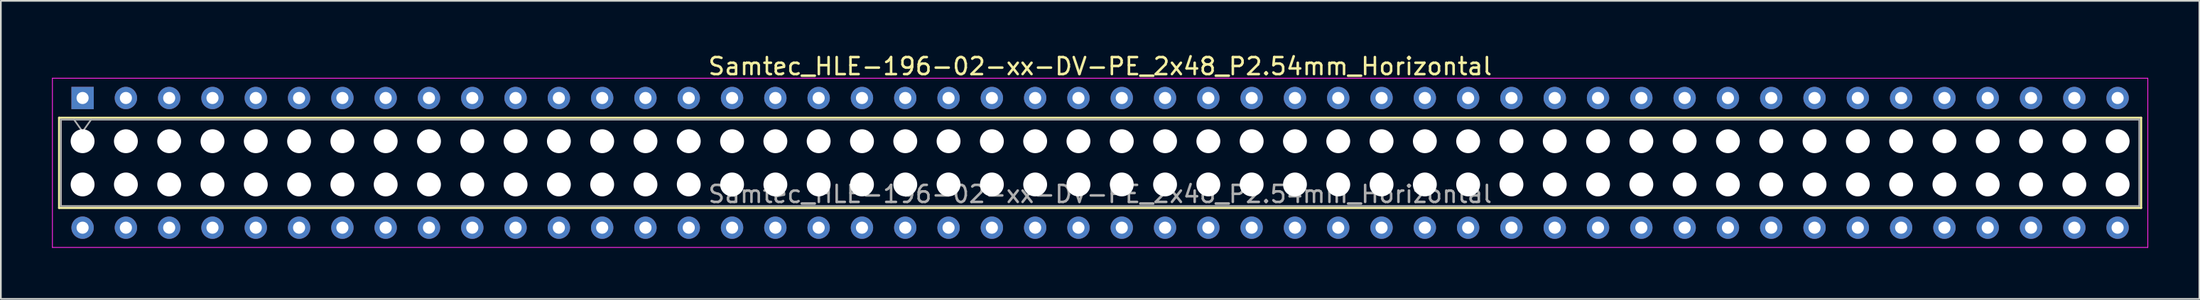
<source format=kicad_pcb>
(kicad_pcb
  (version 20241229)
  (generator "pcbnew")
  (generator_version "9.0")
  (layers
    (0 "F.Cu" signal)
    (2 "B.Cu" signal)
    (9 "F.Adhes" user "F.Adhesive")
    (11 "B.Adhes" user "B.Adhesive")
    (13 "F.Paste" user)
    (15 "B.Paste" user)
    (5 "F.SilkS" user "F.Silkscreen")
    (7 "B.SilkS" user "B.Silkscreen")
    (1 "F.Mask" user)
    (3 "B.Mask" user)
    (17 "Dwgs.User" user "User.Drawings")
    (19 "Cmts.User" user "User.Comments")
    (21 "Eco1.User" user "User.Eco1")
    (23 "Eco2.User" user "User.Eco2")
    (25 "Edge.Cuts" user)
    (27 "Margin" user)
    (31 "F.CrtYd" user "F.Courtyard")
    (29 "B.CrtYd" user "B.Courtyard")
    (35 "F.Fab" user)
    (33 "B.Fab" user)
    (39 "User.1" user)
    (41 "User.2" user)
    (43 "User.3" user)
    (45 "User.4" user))
  (footprint "Samtec_HLE-196-02-xx-DV-PE_2x48_P2.54mm_Horizontal"
    (layer "F.Cu")
    (at 1.795 2.708)
    (property "Reference" "Samtec_HLE-196-02-xx-DV-PE_2x48_P2.54mm_Horizontal" (at 59.69 -1.86 0) (layer "F.SilkS") (effects (font (size 1 1) (thickness 0.15))))
    (attr through_hole)
    (fp_line (start -1.38 1.16) (end 120.76 1.16) (stroke (width 0.12) (type solid)) (layer "F.SilkS"))
    (fp_line (start -1.38 6.46) (end -1.38 1.16) (stroke (width 0.12) (type solid)) (layer "F.SilkS"))
    (fp_line (start 120.76 1.16) (end 120.76 6.46) (stroke (width 0.12) (type solid)) (layer "F.SilkS"))
    (fp_line (start 120.76 6.46) (end -1.38 6.46) (stroke (width 0.12) (type solid)) (layer "F.SilkS"))
    (fp_line (start -1.77 -1.16) (end 121.15 -1.16) (stroke (width 0.05) (type solid)) (layer "F.CrtYd"))
    (fp_line (start -1.77 8.78) (end -1.77 -1.16) (stroke (width 0.05) (type solid)) (layer "F.CrtYd"))
    (fp_line (start 121.15 -1.16) (end 121.15 8.78) (stroke (width 0.05) (type solid)) (layer "F.CrtYd"))
    (fp_line (start 121.15 8.78) (end -1.77 8.78) (stroke (width 0.05) (type solid)) (layer "F.CrtYd"))
    (fp_line (start -1.27 1.27) (end 120.65 1.27) (stroke (width 0.1) (type solid)) (layer "F.Fab"))
    (fp_line (start -1.27 6.35) (end -1.27 1.27) (stroke (width 0.1) (type solid)) (layer "F.Fab"))
    (fp_line (start -0.5 1.27) (end 0 1.977) (stroke (width 0.1) (type solid)) (layer "F.Fab"))
    (fp_line (start 0 1.977) (end 0.5 1.27) (stroke (width 0.1) (type solid)) (layer "F.Fab"))
    (fp_line (start 120.65 1.27) (end 120.65 6.35) (stroke (width 0.1) (type solid)) (layer "F.Fab"))
    (fp_line (start 120.65 6.35) (end -1.27 6.35) (stroke (width 0.1) (type solid)) (layer "F.Fab"))
    (fp_text user "${REFERENCE}" (at 59.69 5.65 0) (layer "F.Fab") (effects (font (size 1 1) (thickness 0.15))))
    (pad "" np_thru_hole circle (at 0 2.54) (size 1.4 1.4) (drill 1.4) (layers "*.Cu" "*.Mask"))
    (pad "" np_thru_hole circle (at 0 5.08) (size 1.4 1.4) (drill 1.4) (layers "*.Cu" "*.Mask"))
    (pad "" np_thru_hole circle (at 2.54 2.54) (size 1.4 1.4) (drill 1.4) (layers "*.Cu" "*.Mask"))
    (pad "" np_thru_hole circle (at 2.54 5.08) (size 1.4 1.4) (drill 1.4) (layers "*.Cu" "*.Mask"))
    (pad "" np_thru_hole circle (at 5.08 2.54) (size 1.4 1.4) (drill 1.4) (layers "*.Cu" "*.Mask"))
    (pad "" np_thru_hole circle (at 5.08 5.08) (size 1.4 1.4) (drill 1.4) (layers "*.Cu" "*.Mask"))
    (pad "" np_thru_hole circle (at 7.62 2.54) (size 1.4 1.4) (drill 1.4) (layers "*.Cu" "*.Mask"))
    (pad "" np_thru_hole circle (at 7.62 5.08) (size 1.4 1.4) (drill 1.4) (layers "*.Cu" "*.Mask"))
    (pad "" np_thru_hole circle (at 10.16 2.54) (size 1.4 1.4) (drill 1.4) (layers "*.Cu" "*.Mask"))
    (pad "" np_thru_hole circle (at 10.16 5.08) (size 1.4 1.4) (drill 1.4) (layers "*.Cu" "*.Mask"))
    (pad "" np_thru_hole circle (at 12.7 2.54) (size 1.4 1.4) (drill 1.4) (layers "*.Cu" "*.Mask"))
    (pad "" np_thru_hole circle (at 12.7 5.08) (size 1.4 1.4) (drill 1.4) (layers "*.Cu" "*.Mask"))
    (pad "" np_thru_hole circle (at 15.24 2.54) (size 1.4 1.4) (drill 1.4) (layers "*.Cu" "*.Mask"))
    (pad "" np_thru_hole circle (at 15.24 5.08) (size 1.4 1.4) (drill 1.4) (layers "*.Cu" "*.Mask"))
    (pad "" np_thru_hole circle (at 17.78 2.54) (size 1.4 1.4) (drill 1.4) (layers "*.Cu" "*.Mask"))
    (pad "" np_thru_hole circle (at 17.78 5.08) (size 1.4 1.4) (drill 1.4) (layers "*.Cu" "*.Mask"))
    (pad "" np_thru_hole circle (at 20.32 2.54) (size 1.4 1.4) (drill 1.4) (layers "*.Cu" "*.Mask"))
    (pad "" np_thru_hole circle (at 20.32 5.08) (size 1.4 1.4) (drill 1.4) (layers "*.Cu" "*.Mask"))
    (pad "" np_thru_hole circle (at 22.86 2.54) (size 1.4 1.4) (drill 1.4) (layers "*.Cu" "*.Mask"))
    (pad "" np_thru_hole circle (at 22.86 5.08) (size 1.4 1.4) (drill 1.4) (layers "*.Cu" "*.Mask"))
    (pad "" np_thru_hole circle (at 25.4 2.54) (size 1.4 1.4) (drill 1.4) (layers "*.Cu" "*.Mask"))
    (pad "" np_thru_hole circle (at 25.4 5.08) (size 1.4 1.4) (drill 1.4) (layers "*.Cu" "*.Mask"))
    (pad "" np_thru_hole circle (at 27.94 2.54) (size 1.4 1.4) (drill 1.4) (layers "*.Cu" "*.Mask"))
    (pad "" np_thru_hole circle (at 27.94 5.08) (size 1.4 1.4) (drill 1.4) (layers "*.Cu" "*.Mask"))
    (pad "" np_thru_hole circle (at 30.48 2.54) (size 1.4 1.4) (drill 1.4) (layers "*.Cu" "*.Mask"))
    (pad "" np_thru_hole circle (at 30.48 5.08) (size 1.4 1.4) (drill 1.4) (layers "*.Cu" "*.Mask"))
    (pad "" np_thru_hole circle (at 33.02 2.54) (size 1.4 1.4) (drill 1.4) (layers "*.Cu" "*.Mask"))
    (pad "" np_thru_hole circle (at 33.02 5.08) (size 1.4 1.4) (drill 1.4) (layers "*.Cu" "*.Mask"))
    (pad "" np_thru_hole circle (at 35.56 2.54) (size 1.4 1.4) (drill 1.4) (layers "*.Cu" "*.Mask"))
    (pad "" np_thru_hole circle (at 35.56 5.08) (size 1.4 1.4) (drill 1.4) (layers "*.Cu" "*.Mask"))
    (pad "" np_thru_hole circle (at 38.1 2.54) (size 1.4 1.4) (drill 1.4) (layers "*.Cu" "*.Mask"))
    (pad "" np_thru_hole circle (at 38.1 5.08) (size 1.4 1.4) (drill 1.4) (layers "*.Cu" "*.Mask"))
    (pad "" np_thru_hole circle (at 40.64 2.54) (size 1.4 1.4) (drill 1.4) (layers "*.Cu" "*.Mask"))
    (pad "" np_thru_hole circle (at 40.64 5.08) (size 1.4 1.4) (drill 1.4) (layers "*.Cu" "*.Mask"))
    (pad "" np_thru_hole circle (at 43.18 2.54) (size 1.4 1.4) (drill 1.4) (layers "*.Cu" "*.Mask"))
    (pad "" np_thru_hole circle (at 43.18 5.08) (size 1.4 1.4) (drill 1.4) (layers "*.Cu" "*.Mask"))
    (pad "" np_thru_hole circle (at 45.72 2.54) (size 1.4 1.4) (drill 1.4) (layers "*.Cu" "*.Mask"))
    (pad "" np_thru_hole circle (at 45.72 5.08) (size 1.4 1.4) (drill 1.4) (layers "*.Cu" "*.Mask"))
    (pad "" np_thru_hole circle (at 48.26 2.54) (size 1.4 1.4) (drill 1.4) (layers "*.Cu" "*.Mask"))
    (pad "" np_thru_hole circle (at 48.26 5.08) (size 1.4 1.4) (drill 1.4) (layers "*.Cu" "*.Mask"))
    (pad "" np_thru_hole circle (at 50.8 2.54) (size 1.4 1.4) (drill 1.4) (layers "*.Cu" "*.Mask"))
    (pad "" np_thru_hole circle (at 50.8 5.08) (size 1.4 1.4) (drill 1.4) (layers "*.Cu" "*.Mask"))
    (pad "" np_thru_hole circle (at 53.34 2.54) (size 1.4 1.4) (drill 1.4) (layers "*.Cu" "*.Mask"))
    (pad "" np_thru_hole circle (at 53.34 5.08) (size 1.4 1.4) (drill 1.4) (layers "*.Cu" "*.Mask"))
    (pad "" np_thru_hole circle (at 55.88 2.54) (size 1.4 1.4) (drill 1.4) (layers "*.Cu" "*.Mask"))
    (pad "" np_thru_hole circle (at 55.88 5.08) (size 1.4 1.4) (drill 1.4) (layers "*.Cu" "*.Mask"))
    (pad "" np_thru_hole circle (at 58.42 2.54) (size 1.4 1.4) (drill 1.4) (layers "*.Cu" "*.Mask"))
    (pad "" np_thru_hole circle (at 58.42 5.08) (size 1.4 1.4) (drill 1.4) (layers "*.Cu" "*.Mask"))
    (pad "" np_thru_hole circle (at 60.96 2.54) (size 1.4 1.4) (drill 1.4) (layers "*.Cu" "*.Mask"))
    (pad "" np_thru_hole circle (at 60.96 5.08) (size 1.4 1.4) (drill 1.4) (layers "*.Cu" "*.Mask"))
    (pad "" np_thru_hole circle (at 63.5 2.54) (size 1.4 1.4) (drill 1.4) (layers "*.Cu" "*.Mask"))
    (pad "" np_thru_hole circle (at 63.5 5.08) (size 1.4 1.4) (drill 1.4) (layers "*.Cu" "*.Mask"))
    (pad "" np_thru_hole circle (at 66.04 2.54) (size 1.4 1.4) (drill 1.4) (layers "*.Cu" "*.Mask"))
    (pad "" np_thru_hole circle (at 66.04 5.08) (size 1.4 1.4) (drill 1.4) (layers "*.Cu" "*.Mask"))
    (pad "" np_thru_hole circle (at 68.58 2.54) (size 1.4 1.4) (drill 1.4) (layers "*.Cu" "*.Mask"))
    (pad "" np_thru_hole circle (at 68.58 5.08) (size 1.4 1.4) (drill 1.4) (layers "*.Cu" "*.Mask"))
    (pad "" np_thru_hole circle (at 71.12 2.54) (size 1.4 1.4) (drill 1.4) (layers "*.Cu" "*.Mask"))
    (pad "" np_thru_hole circle (at 71.12 5.08) (size 1.4 1.4) (drill 1.4) (layers "*.Cu" "*.Mask"))
    (pad "" np_thru_hole circle (at 73.66 2.54) (size 1.4 1.4) (drill 1.4) (layers "*.Cu" "*.Mask"))
    (pad "" np_thru_hole circle (at 73.66 5.08) (size 1.4 1.4) (drill 1.4) (layers "*.Cu" "*.Mask"))
    (pad "" np_thru_hole circle (at 76.2 2.54) (size 1.4 1.4) (drill 1.4) (layers "*.Cu" "*.Mask"))
    (pad "" np_thru_hole circle (at 76.2 5.08) (size 1.4 1.4) (drill 1.4) (layers "*.Cu" "*.Mask"))
    (pad "" np_thru_hole circle (at 78.74 2.54) (size 1.4 1.4) (drill 1.4) (layers "*.Cu" "*.Mask"))
    (pad "" np_thru_hole circle (at 78.74 5.08) (size 1.4 1.4) (drill 1.4) (layers "*.Cu" "*.Mask"))
    (pad "" np_thru_hole circle (at 81.28 2.54) (size 1.4 1.4) (drill 1.4) (layers "*.Cu" "*.Mask"))
    (pad "" np_thru_hole circle (at 81.28 5.08) (size 1.4 1.4) (drill 1.4) (layers "*.Cu" "*.Mask"))
    (pad "" np_thru_hole circle (at 83.82 2.54) (size 1.4 1.4) (drill 1.4) (layers "*.Cu" "*.Mask"))
    (pad "" np_thru_hole circle (at 83.82 5.08) (size 1.4 1.4) (drill 1.4) (layers "*.Cu" "*.Mask"))
    (pad "" np_thru_hole circle (at 86.36 2.54) (size 1.4 1.4) (drill 1.4) (layers "*.Cu" "*.Mask"))
    (pad "" np_thru_hole circle (at 86.36 5.08) (size 1.4 1.4) (drill 1.4) (layers "*.Cu" "*.Mask"))
    (pad "" np_thru_hole circle (at 88.9 2.54) (size 1.4 1.4) (drill 1.4) (layers "*.Cu" "*.Mask"))
    (pad "" np_thru_hole circle (at 88.9 5.08) (size 1.4 1.4) (drill 1.4) (layers "*.Cu" "*.Mask"))
    (pad "" np_thru_hole circle (at 91.44 2.54) (size 1.4 1.4) (drill 1.4) (layers "*.Cu" "*.Mask"))
    (pad "" np_thru_hole circle (at 91.44 5.08) (size 1.4 1.4) (drill 1.4) (layers "*.Cu" "*.Mask"))
    (pad "" np_thru_hole circle (at 93.98 2.54) (size 1.4 1.4) (drill 1.4) (layers "*.Cu" "*.Mask"))
    (pad "" np_thru_hole circle (at 93.98 5.08) (size 1.4 1.4) (drill 1.4) (layers "*.Cu" "*.Mask"))
    (pad "" np_thru_hole circle (at 96.52 2.54) (size 1.4 1.4) (drill 1.4) (layers "*.Cu" "*.Mask"))
    (pad "" np_thru_hole circle (at 96.52 5.08) (size 1.4 1.4) (drill 1.4) (layers "*.Cu" "*.Mask"))
    (pad "" np_thru_hole circle (at 99.06 2.54) (size 1.4 1.4) (drill 1.4) (layers "*.Cu" "*.Mask"))
    (pad "" np_thru_hole circle (at 99.06 5.08) (size 1.4 1.4) (drill 1.4) (layers "*.Cu" "*.Mask"))
    (pad "" np_thru_hole circle (at 101.6 2.54) (size 1.4 1.4) (drill 1.4) (layers "*.Cu" "*.Mask"))
    (pad "" np_thru_hole circle (at 101.6 5.08) (size 1.4 1.4) (drill 1.4) (layers "*.Cu" "*.Mask"))
    (pad "" np_thru_hole circle (at 104.14 2.54) (size 1.4 1.4) (drill 1.4) (layers "*.Cu" "*.Mask"))
    (pad "" np_thru_hole circle (at 104.14 5.08) (size 1.4 1.4) (drill 1.4) (layers "*.Cu" "*.Mask"))
    (pad "" np_thru_hole circle (at 106.68 2.54) (size 1.4 1.4) (drill 1.4) (layers "*.Cu" "*.Mask"))
    (pad "" np_thru_hole circle (at 106.68 5.08) (size 1.4 1.4) (drill 1.4) (layers "*.Cu" "*.Mask"))
    (pad "" np_thru_hole circle (at 109.22 2.54) (size 1.4 1.4) (drill 1.4) (layers "*.Cu" "*.Mask"))
    (pad "" np_thru_hole circle (at 109.22 5.08) (size 1.4 1.4) (drill 1.4) (layers "*.Cu" "*.Mask"))
    (pad "" np_thru_hole circle (at 111.76 2.54) (size 1.4 1.4) (drill 1.4) (layers "*.Cu" "*.Mask"))
    (pad "" np_thru_hole circle (at 111.76 5.08) (size 1.4 1.4) (drill 1.4) (layers "*.Cu" "*.Mask"))
    (pad "" np_thru_hole circle (at 114.3 2.54) (size 1.4 1.4) (drill 1.4) (layers "*.Cu" "*.Mask"))
    (pad "" np_thru_hole circle (at 114.3 5.08) (size 1.4 1.4) (drill 1.4) (layers "*.Cu" "*.Mask"))
    (pad "" np_thru_hole circle (at 116.84 2.54) (size 1.4 1.4) (drill 1.4) (layers "*.Cu" "*.Mask"))
    (pad "" np_thru_hole circle (at 116.84 5.08) (size 1.4 1.4) (drill 1.4) (layers "*.Cu" "*.Mask"))
    (pad "" np_thru_hole circle (at 119.38 2.54) (size 1.4 1.4) (drill 1.4) (layers "*.Cu" "*.Mask"))
    (pad "" np_thru_hole circle (at 119.38 5.08) (size 1.4 1.4) (drill 1.4) (layers "*.Cu" "*.Mask"))
    (pad "1" thru_hole rect (at 0 0) (size 1.31 1.31) (drill 0.71) (layers "*.Cu" "*.Mask"))
    (pad "2" thru_hole circle (at 0 7.62) (size 1.31 1.31) (drill 0.71) (layers "*.Cu" "*.Mask"))
    (pad "3" thru_hole circle (at 2.54 0) (size 1.31 1.31) (drill 0.71) (layers "*.Cu" "*.Mask"))
    (pad "4" thru_hole circle (at 2.54 7.62) (size 1.31 1.31) (drill 0.71) (layers "*.Cu" "*.Mask"))
    (pad "5" thru_hole circle (at 5.08 0) (size 1.31 1.31) (drill 0.71) (layers "*.Cu" "*.Mask"))
    (pad "6" thru_hole circle (at 5.08 7.62) (size 1.31 1.31) (drill 0.71) (layers "*.Cu" "*.Mask"))
    (pad "7" thru_hole circle (at 7.62 0) (size 1.31 1.31) (drill 0.71) (layers "*.Cu" "*.Mask"))
    (pad "8" thru_hole circle (at 7.62 7.62) (size 1.31 1.31) (drill 0.71) (layers "*.Cu" "*.Mask"))
    (pad "9" thru_hole circle (at 10.16 0) (size 1.31 1.31) (drill 0.71) (layers "*.Cu" "*.Mask"))
    (pad "10" thru_hole circle (at 10.16 7.62) (size 1.31 1.31) (drill 0.71) (layers "*.Cu" "*.Mask"))
    (pad "11" thru_hole circle (at 12.7 0) (size 1.31 1.31) (drill 0.71) (layers "*.Cu" "*.Mask"))
    (pad "12" thru_hole circle (at 12.7 7.62) (size 1.31 1.31) (drill 0.71) (layers "*.Cu" "*.Mask"))
    (pad "13" thru_hole circle (at 15.24 0) (size 1.31 1.31) (drill 0.71) (layers "*.Cu" "*.Mask"))
    (pad "14" thru_hole circle (at 15.24 7.62) (size 1.31 1.31) (drill 0.71) (layers "*.Cu" "*.Mask"))
    (pad "15" thru_hole circle (at 17.78 0) (size 1.31 1.31) (drill 0.71) (layers "*.Cu" "*.Mask"))
    (pad "16" thru_hole circle (at 17.78 7.62) (size 1.31 1.31) (drill 0.71) (layers "*.Cu" "*.Mask"))
    (pad "17" thru_hole circle (at 20.32 0) (size 1.31 1.31) (drill 0.71) (layers "*.Cu" "*.Mask"))
    (pad "18" thru_hole circle (at 20.32 7.62) (size 1.31 1.31) (drill 0.71) (layers "*.Cu" "*.Mask"))
    (pad "19" thru_hole circle (at 22.86 0) (size 1.31 1.31) (drill 0.71) (layers "*.Cu" "*.Mask"))
    (pad "20" thru_hole circle (at 22.86 7.62) (size 1.31 1.31) (drill 0.71) (layers "*.Cu" "*.Mask"))
    (pad "21" thru_hole circle (at 25.4 0) (size 1.31 1.31) (drill 0.71) (layers "*.Cu" "*.Mask"))
    (pad "22" thru_hole circle (at 25.4 7.62) (size 1.31 1.31) (drill 0.71) (layers "*.Cu" "*.Mask"))
    (pad "23" thru_hole circle (at 27.94 0) (size 1.31 1.31) (drill 0.71) (layers "*.Cu" "*.Mask"))
    (pad "24" thru_hole circle (at 27.94 7.62) (size 1.31 1.31) (drill 0.71) (layers "*.Cu" "*.Mask"))
    (pad "25" thru_hole circle (at 30.48 0) (size 1.31 1.31) (drill 0.71) (layers "*.Cu" "*.Mask"))
    (pad "26" thru_hole circle (at 30.48 7.62) (size 1.31 1.31) (drill 0.71) (layers "*.Cu" "*.Mask"))
    (pad "27" thru_hole circle (at 33.02 0) (size 1.31 1.31) (drill 0.71) (layers "*.Cu" "*.Mask"))
    (pad "28" thru_hole circle (at 33.02 7.62) (size 1.31 1.31) (drill 0.71) (layers "*.Cu" "*.Mask"))
    (pad "29" thru_hole circle (at 35.56 0) (size 1.31 1.31) (drill 0.71) (layers "*.Cu" "*.Mask"))
    (pad "30" thru_hole circle (at 35.56 7.62) (size 1.31 1.31) (drill 0.71) (layers "*.Cu" "*.Mask"))
    (pad "31" thru_hole circle (at 38.1 0) (size 1.31 1.31) (drill 0.71) (layers "*.Cu" "*.Mask"))
    (pad "32" thru_hole circle (at 38.1 7.62) (size 1.31 1.31) (drill 0.71) (layers "*.Cu" "*.Mask"))
    (pad "33" thru_hole circle (at 40.64 0) (size 1.31 1.31) (drill 0.71) (layers "*.Cu" "*.Mask"))
    (pad "34" thru_hole circle (at 40.64 7.62) (size 1.31 1.31) (drill 0.71) (layers "*.Cu" "*.Mask"))
    (pad "35" thru_hole circle (at 43.18 0) (size 1.31 1.31) (drill 0.71) (layers "*.Cu" "*.Mask"))
    (pad "36" thru_hole circle (at 43.18 7.62) (size 1.31 1.31) (drill 0.71) (layers "*.Cu" "*.Mask"))
    (pad "37" thru_hole circle (at 45.72 0) (size 1.31 1.31) (drill 0.71) (layers "*.Cu" "*.Mask"))
    (pad "38" thru_hole circle (at 45.72 7.62) (size 1.31 1.31) (drill 0.71) (layers "*.Cu" "*.Mask"))
    (pad "39" thru_hole circle (at 48.26 0) (size 1.31 1.31) (drill 0.71) (layers "*.Cu" "*.Mask"))
    (pad "40" thru_hole circle (at 48.26 7.62) (size 1.31 1.31) (drill 0.71) (layers "*.Cu" "*.Mask"))
    (pad "41" thru_hole circle (at 50.8 0) (size 1.31 1.31) (drill 0.71) (layers "*.Cu" "*.Mask"))
    (pad "42" thru_hole circle (at 50.8 7.62) (size 1.31 1.31) (drill 0.71) (layers "*.Cu" "*.Mask"))
    (pad "43" thru_hole circle (at 53.34 0) (size 1.31 1.31) (drill 0.71) (layers "*.Cu" "*.Mask"))
    (pad "44" thru_hole circle (at 53.34 7.62) (size 1.31 1.31) (drill 0.71) (layers "*.Cu" "*.Mask"))
    (pad "45" thru_hole circle (at 55.88 0) (size 1.31 1.31) (drill 0.71) (layers "*.Cu" "*.Mask"))
    (pad "46" thru_hole circle (at 55.88 7.62) (size 1.31 1.31) (drill 0.71) (layers "*.Cu" "*.Mask"))
    (pad "47" thru_hole circle (at 58.42 0) (size 1.31 1.31) (drill 0.71) (layers "*.Cu" "*.Mask"))
    (pad "48" thru_hole circle (at 58.42 7.62) (size 1.31 1.31) (drill 0.71) (layers "*.Cu" "*.Mask"))
    (pad "49" thru_hole circle (at 60.96 0) (size 1.31 1.31) (drill 0.71) (layers "*.Cu" "*.Mask"))
    (pad "50" thru_hole circle (at 60.96 7.62) (size 1.31 1.31) (drill 0.71) (layers "*.Cu" "*.Mask"))
    (pad "51" thru_hole circle (at 63.5 0) (size 1.31 1.31) (drill 0.71) (layers "*.Cu" "*.Mask"))
    (pad "52" thru_hole circle (at 63.5 7.62) (size 1.31 1.31) (drill 0.71) (layers "*.Cu" "*.Mask"))
    (pad "53" thru_hole circle (at 66.04 0) (size 1.31 1.31) (drill 0.71) (layers "*.Cu" "*.Mask"))
    (pad "54" thru_hole circle (at 66.04 7.62) (size 1.31 1.31) (drill 0.71) (layers "*.Cu" "*.Mask"))
    (pad "55" thru_hole circle (at 68.58 0) (size 1.31 1.31) (drill 0.71) (layers "*.Cu" "*.Mask"))
    (pad "56" thru_hole circle (at 68.58 7.62) (size 1.31 1.31) (drill 0.71) (layers "*.Cu" "*.Mask"))
    (pad "57" thru_hole circle (at 71.12 0) (size 1.31 1.31) (drill 0.71) (layers "*.Cu" "*.Mask"))
    (pad "58" thru_hole circle (at 71.12 7.62) (size 1.31 1.31) (drill 0.71) (layers "*.Cu" "*.Mask"))
    (pad "59" thru_hole circle (at 73.66 0) (size 1.31 1.31) (drill 0.71) (layers "*.Cu" "*.Mask"))
    (pad "60" thru_hole circle (at 73.66 7.62) (size 1.31 1.31) (drill 0.71) (layers "*.Cu" "*.Mask"))
    (pad "61" thru_hole circle (at 76.2 0) (size 1.31 1.31) (drill 0.71) (layers "*.Cu" "*.Mask"))
    (pad "62" thru_hole circle (at 76.2 7.62) (size 1.31 1.31) (drill 0.71) (layers "*.Cu" "*.Mask"))
    (pad "63" thru_hole circle (at 78.74 0) (size 1.31 1.31) (drill 0.71) (layers "*.Cu" "*.Mask"))
    (pad "64" thru_hole circle (at 78.74 7.62) (size 1.31 1.31) (drill 0.71) (layers "*.Cu" "*.Mask"))
    (pad "65" thru_hole circle (at 81.28 0) (size 1.31 1.31) (drill 0.71) (layers "*.Cu" "*.Mask"))
    (pad "66" thru_hole circle (at 81.28 7.62) (size 1.31 1.31) (drill 0.71) (layers "*.Cu" "*.Mask"))
    (pad "67" thru_hole circle (at 83.82 0) (size 1.31 1.31) (drill 0.71) (layers "*.Cu" "*.Mask"))
    (pad "68" thru_hole circle (at 83.82 7.62) (size 1.31 1.31) (drill 0.71) (layers "*.Cu" "*.Mask"))
    (pad "69" thru_hole circle (at 86.36 0) (size 1.31 1.31) (drill 0.71) (layers "*.Cu" "*.Mask"))
    (pad "70" thru_hole circle (at 86.36 7.62) (size 1.31 1.31) (drill 0.71) (layers "*.Cu" "*.Mask"))
    (pad "71" thru_hole circle (at 88.9 0) (size 1.31 1.31) (drill 0.71) (layers "*.Cu" "*.Mask"))
    (pad "72" thru_hole circle (at 88.9 7.62) (size 1.31 1.31) (drill 0.71) (layers "*.Cu" "*.Mask"))
    (pad "73" thru_hole circle (at 91.44 0) (size 1.31 1.31) (drill 0.71) (layers "*.Cu" "*.Mask"))
    (pad "74" thru_hole circle (at 91.44 7.62) (size 1.31 1.31) (drill 0.71) (layers "*.Cu" "*.Mask"))
    (pad "75" thru_hole circle (at 93.98 0) (size 1.31 1.31) (drill 0.71) (layers "*.Cu" "*.Mask"))
    (pad "76" thru_hole circle (at 93.98 7.62) (size 1.31 1.31) (drill 0.71) (layers "*.Cu" "*.Mask"))
    (pad "77" thru_hole circle (at 96.52 0) (size 1.31 1.31) (drill 0.71) (layers "*.Cu" "*.Mask"))
    (pad "78" thru_hole circle (at 96.52 7.62) (size 1.31 1.31) (drill 0.71) (layers "*.Cu" "*.Mask"))
    (pad "79" thru_hole circle (at 99.06 0) (size 1.31 1.31) (drill 0.71) (layers "*.Cu" "*.Mask"))
    (pad "80" thru_hole circle (at 99.06 7.62) (size 1.31 1.31) (drill 0.71) (layers "*.Cu" "*.Mask"))
    (pad "81" thru_hole circle (at 101.6 0) (size 1.31 1.31) (drill 0.71) (layers "*.Cu" "*.Mask"))
    (pad "82" thru_hole circle (at 101.6 7.62) (size 1.31 1.31) (drill 0.71) (layers "*.Cu" "*.Mask"))
    (pad "83" thru_hole circle (at 104.14 0) (size 1.31 1.31) (drill 0.71) (layers "*.Cu" "*.Mask"))
    (pad "84" thru_hole circle (at 104.14 7.62) (size 1.31 1.31) (drill 0.71) (layers "*.Cu" "*.Mask"))
    (pad "85" thru_hole circle (at 106.68 0) (size 1.31 1.31) (drill 0.71) (layers "*.Cu" "*.Mask"))
    (pad "86" thru_hole circle (at 106.68 7.62) (size 1.31 1.31) (drill 0.71) (layers "*.Cu" "*.Mask"))
    (pad "87" thru_hole circle (at 109.22 0) (size 1.31 1.31) (drill 0.71) (layers "*.Cu" "*.Mask"))
    (pad "88" thru_hole circle (at 109.22 7.62) (size 1.31 1.31) (drill 0.71) (layers "*.Cu" "*.Mask"))
    (pad "89" thru_hole circle (at 111.76 0) (size 1.31 1.31) (drill 0.71) (layers "*.Cu" "*.Mask"))
    (pad "90" thru_hole circle (at 111.76 7.62) (size 1.31 1.31) (drill 0.71) (layers "*.Cu" "*.Mask"))
    (pad "91" thru_hole circle (at 114.3 0) (size 1.31 1.31) (drill 0.71) (layers "*.Cu" "*.Mask"))
    (pad "92" thru_hole circle (at 114.3 7.62) (size 1.31 1.31) (drill 0.71) (layers "*.Cu" "*.Mask"))
    (pad "93" thru_hole circle (at 116.84 0) (size 1.31 1.31) (drill 0.71) (layers "*.Cu" "*.Mask"))
    (pad "94" thru_hole circle (at 116.84 7.62) (size 1.31 1.31) (drill 0.71) (layers "*.Cu" "*.Mask"))
    (pad "95" thru_hole circle (at 119.38 0) (size 1.31 1.31) (drill 0.71) (layers "*.Cu" "*.Mask"))
    (pad "96" thru_hole circle (at 119.38 7.62) (size 1.31 1.31) (drill 0.71) (layers "*.Cu" "*.Mask")))
  (gr_rect
    (start -3 -3)
    (end 125.97 14.513)
    (stroke (width 0.1) (type default))
    (fill no)
    (layer "Edge.Cuts")))
</source>
